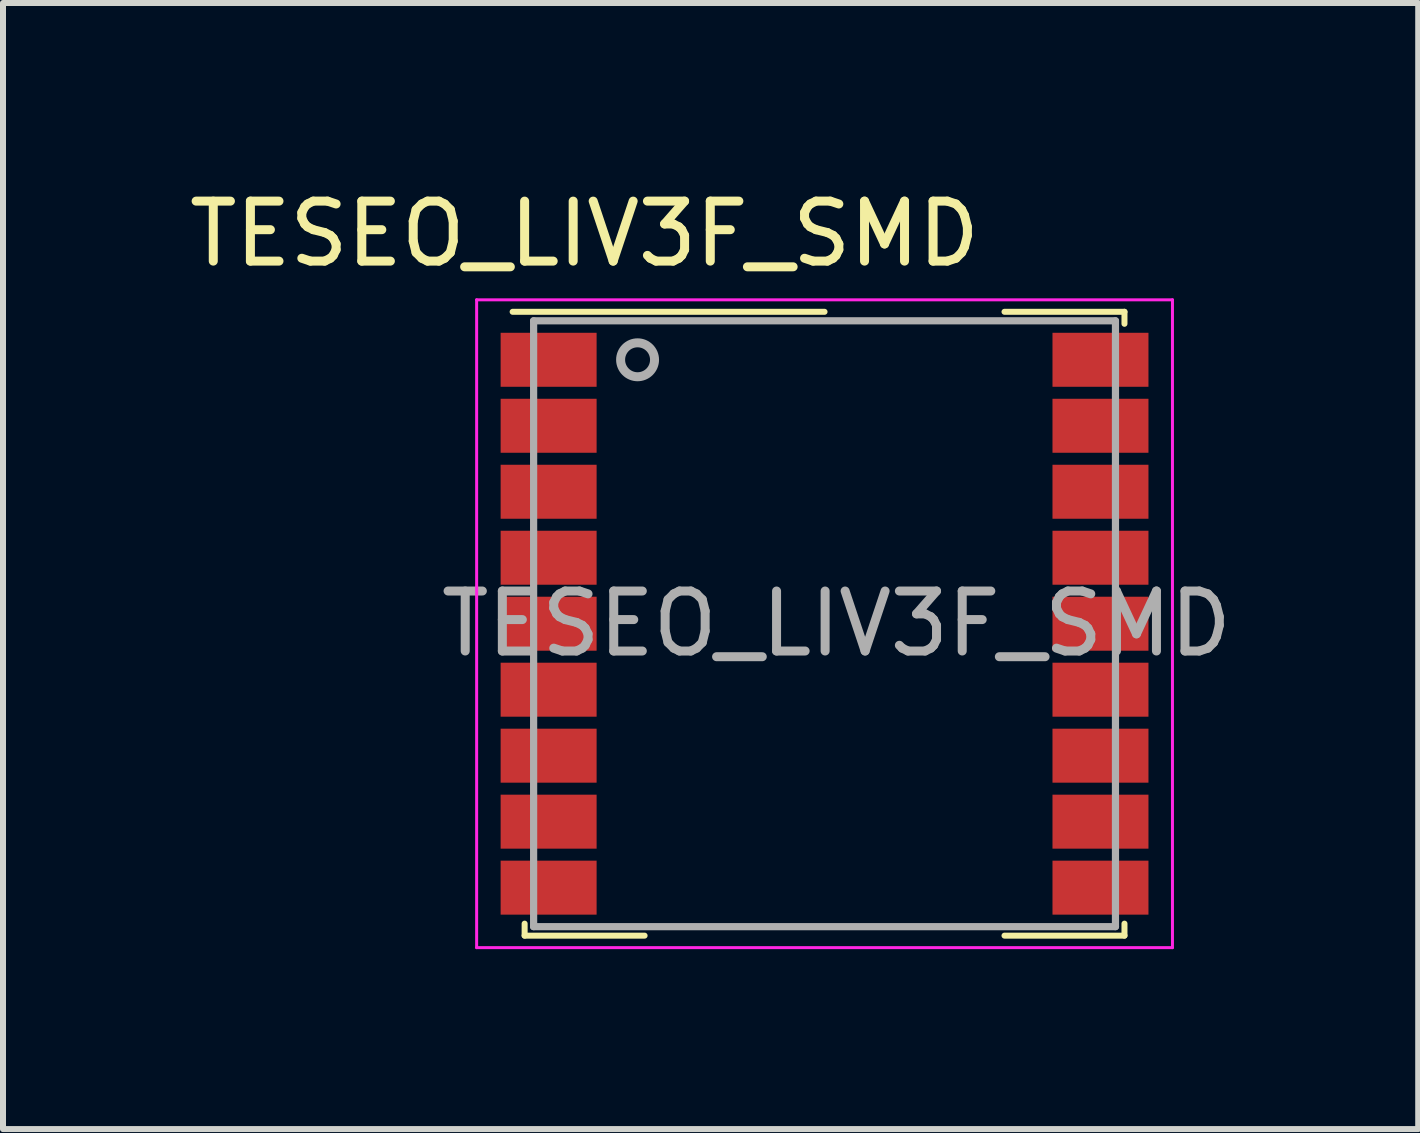
<source format=kicad_pcb>
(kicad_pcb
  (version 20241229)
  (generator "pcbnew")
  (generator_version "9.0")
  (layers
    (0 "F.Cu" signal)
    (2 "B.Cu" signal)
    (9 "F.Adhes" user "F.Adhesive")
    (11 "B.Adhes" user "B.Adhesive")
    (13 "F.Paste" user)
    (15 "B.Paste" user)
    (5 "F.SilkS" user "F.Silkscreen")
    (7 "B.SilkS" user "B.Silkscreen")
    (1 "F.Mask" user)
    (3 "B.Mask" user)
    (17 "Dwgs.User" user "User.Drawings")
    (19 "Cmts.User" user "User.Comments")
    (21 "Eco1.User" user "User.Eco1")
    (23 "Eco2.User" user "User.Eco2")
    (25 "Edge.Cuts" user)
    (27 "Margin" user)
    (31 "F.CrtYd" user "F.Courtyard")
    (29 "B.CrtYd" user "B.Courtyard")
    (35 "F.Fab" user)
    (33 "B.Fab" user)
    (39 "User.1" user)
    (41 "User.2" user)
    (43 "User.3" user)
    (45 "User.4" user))
  (footprint "TESEO_LIV3F_SMD"
    (layer "F.Cu")
    (at 10.696 7.348)
    (property "Reference" "TESEO_LIV3F_SMD" (at -4 -6.5 0) (layer "F.SilkS") (effects (font (size 1 1) (thickness 0.15))))
    (attr smd)
    (fp_line (start -5.2 -5.2) (end 0 -5.2) (stroke (width 0.1) (type solid)) (layer "F.SilkS"))
    (fp_line (start -5 5.2) (end -5 5) (stroke (width 0.1) (type solid)) (layer "F.SilkS"))
    (fp_line (start -5 5.2) (end -3 5.2) (stroke (width 0.1) (type solid)) (layer "F.SilkS"))
    (fp_line (start 3 -5.2) (end 5 -5.2) (stroke (width 0.1) (type solid)) (layer "F.SilkS"))
    (fp_line (start 3 5.2) (end 5 5.2) (stroke (width 0.1) (type solid)) (layer "F.SilkS"))
    (fp_line (start 5 -5.2) (end 5 -5) (stroke (width 0.1) (type solid)) (layer "F.SilkS"))
    (fp_line (start 5 5.2) (end 5 5) (stroke (width 0.1) (type solid)) (layer "F.SilkS"))
    (fp_line (start -5.8 -5.4) (end 5.8 -5.4) (stroke (width 0.05) (type solid)) (layer "F.CrtYd"))
    (fp_line (start -5.8 5.4) (end -5.8 -5.4) (stroke (width 0.05) (type solid)) (layer "F.CrtYd"))
    (fp_line (start -5.8 5.4) (end 5.8 5.4) (stroke (width 0.05) (type solid)) (layer "F.CrtYd"))
    (fp_line (start 5.8 -5.4) (end 5.8 5.4) (stroke (width 0.05) (type solid)) (layer "F.CrtYd"))
    (fp_line (start -4.85 -5.05) (end 4.85 -5.05) (stroke (width 0.12) (type solid)) (layer "F.Fab"))
    (fp_line (start -4.85 5.05) (end -4.85 -5.05) (stroke (width 0.12) (type solid)) (layer "F.Fab"))
    (fp_line (start -4.85 5.05) (end 4.85 5.05) (stroke (width 0.12) (type solid)) (layer "F.Fab"))
    (fp_line (start 4.85 5.05) (end 4.85 -5.05) (stroke (width 0.12) (type solid)) (layer "F.Fab"))
    (fp_circle (center -3.117 -4.4) (end -3.317 -4.6) (stroke (width 0.15) (type solid)) (fill no) (layer "F.Fab"))
    (fp_text user "${REFERENCE}" (at 0.2 0 0) (layer "F.Fab") (effects (font (size 1 1) (thickness 0.15))))
    (pad "1" smd rect (at -4.6 -4.4) (size 1.6 0.9) (layers "F.Cu" "F.Mask" "F.Paste"))
    (pad "2" smd rect (at -4.6 -3.3) (size 1.6 0.9) (layers "F.Cu" "F.Mask" "F.Paste"))
    (pad "3" smd rect (at -4.6 -2.2) (size 1.6 0.9) (layers "F.Cu" "F.Mask" "F.Paste"))
    (pad "4" smd rect (at -4.6 -1.1) (size 1.6 0.9) (layers "F.Cu" "F.Mask" "F.Paste"))
    (pad "5" smd rect (at -4.6 0) (size 1.6 0.9) (layers "F.Cu" "F.Mask" "F.Paste"))
    (pad "6" smd rect (at -4.6 1.1) (size 1.6 0.9) (layers "F.Cu" "F.Mask" "F.Paste"))
    (pad "7" smd rect (at -4.6 2.2) (size 1.6 0.9) (layers "F.Cu" "F.Mask" "F.Paste"))
    (pad "8" smd rect (at -4.6 3.3) (size 1.6 0.9) (layers "F.Cu" "F.Mask" "F.Paste"))
    (pad "9" smd rect (at -4.6 4.4) (size 1.6 0.9) (layers "F.Cu" "F.Mask" "F.Paste"))
    (pad "10" smd rect (at 4.6 4.4) (size 1.6 0.9) (layers "F.Cu" "F.Mask" "F.Paste"))
    (pad "11" smd rect (at 4.6 3.3) (size 1.6 0.9) (layers "F.Cu" "F.Mask" "F.Paste"))
    (pad "12" smd rect (at 4.6 2.2) (size 1.6 0.9) (layers "F.Cu" "F.Mask" "F.Paste"))
    (pad "13" smd rect (at 4.6 1.1) (size 1.6 0.9) (layers "F.Cu" "F.Mask" "F.Paste"))
    (pad "14" smd rect (at 4.6 0) (size 1.6 0.9) (layers "F.Cu" "F.Mask" "F.Paste"))
    (pad "15" smd rect (at 4.6 -1.1) (size 1.6 0.9) (layers "F.Cu" "F.Mask" "F.Paste"))
    (pad "16" smd rect (at 4.6 -2.2) (size 1.6 0.9) (layers "F.Cu" "F.Mask" "F.Paste"))
    (pad "17" smd rect (at 4.6 -3.3) (size 1.6 0.9) (layers "F.Cu" "F.Mask" "F.Paste"))
    (pad "18" smd rect (at 4.6 -4.4) (size 1.6 0.9) (layers "F.Cu" "F.Mask" "F.Paste")))
  (gr_rect
    (start -3 -3)
    (end 20.593 15.773)
    (stroke (width 0.1) (type default))
    (fill no)
    (layer "Edge.Cuts")))
</source>
